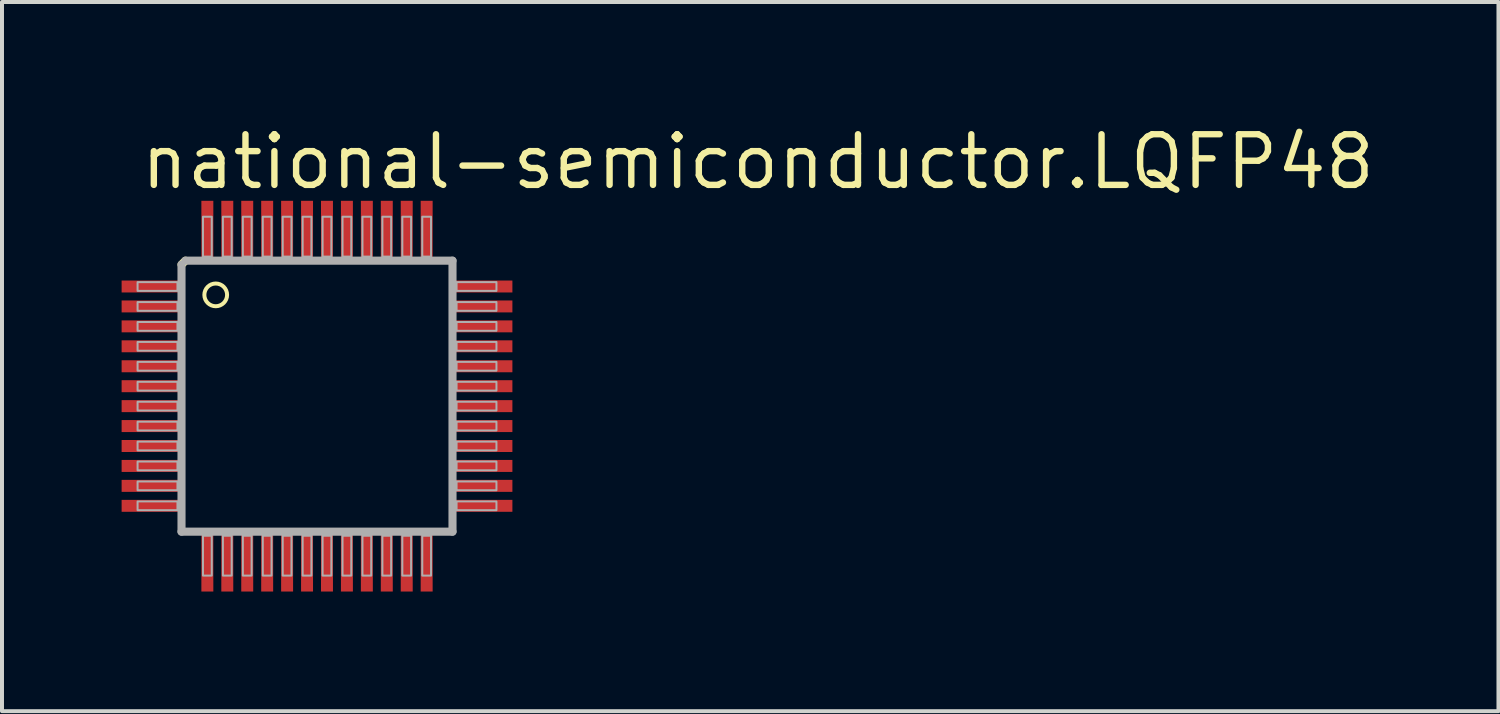
<source format=kicad_pcb>
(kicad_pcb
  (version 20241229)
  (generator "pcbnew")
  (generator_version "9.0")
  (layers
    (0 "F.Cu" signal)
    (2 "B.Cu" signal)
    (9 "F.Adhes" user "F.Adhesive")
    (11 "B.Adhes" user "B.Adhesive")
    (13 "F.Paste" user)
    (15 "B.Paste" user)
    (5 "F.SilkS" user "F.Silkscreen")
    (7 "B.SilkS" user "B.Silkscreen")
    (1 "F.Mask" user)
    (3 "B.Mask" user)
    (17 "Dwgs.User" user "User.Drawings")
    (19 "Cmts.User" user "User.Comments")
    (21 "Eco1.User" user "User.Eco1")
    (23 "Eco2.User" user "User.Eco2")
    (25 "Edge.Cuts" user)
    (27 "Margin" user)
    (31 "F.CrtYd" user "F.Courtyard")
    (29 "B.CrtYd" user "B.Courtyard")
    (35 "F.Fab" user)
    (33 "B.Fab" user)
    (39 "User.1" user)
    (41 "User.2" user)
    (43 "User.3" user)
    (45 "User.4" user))
  (footprint "national-semiconductor.LQFP48"
    (layer "F.Cu")
    (at 4.9 6.885)
    (property "Reference" "national-semiconductor.LQFP48" (at -4.5 -5.135 0) (layer "F.SilkS") (effects (font (size 1.27 1.27) (thickness 0.16)) (justify left bottom)))
    (attr smd)
    (fp_line (start -3.398 -3.3) (end -3.3 -3.398) (stroke (width 0.203) (type default)) (layer "F.SilkS"))
    (fp_circle (center -2.54 -2.54) (end -2.255 -2.54) (stroke (width 0.1) (type default)) (fill no) (layer "F.SilkS"))
    (fp_line (start -3.398 -3.3) (end -3.398 3.398) (stroke (width 0.203) (type default)) (layer "F.Fab"))
    (fp_line (start -3.398 3.398) (end 3.398 3.398) (stroke (width 0.203) (type default)) (layer "F.Fab"))
    (fp_line (start 3.398 -3.398) (end -3.3 -3.398) (stroke (width 0.203) (type default)) (layer "F.Fab"))
    (fp_line (start 3.398 3.398) (end 3.398 -3.398) (stroke (width 0.203) (type default)) (layer "F.Fab"))
    (fp_rect (start -4.5 -2.64) (end -3.5 -2.86) (stroke (width 0.05) (type default)) (fill no) (layer "F.Fab"))
    (fp_rect (start -4.5 -2.14) (end -3.5 -2.36) (stroke (width 0.05) (type default)) (fill no) (layer "F.Fab"))
    (fp_rect (start -4.5 -1.64) (end -3.5 -1.86) (stroke (width 0.05) (type default)) (fill no) (layer "F.Fab"))
    (fp_rect (start -4.5 -1.14) (end -3.5 -1.36) (stroke (width 0.05) (type default)) (fill no) (layer "F.Fab"))
    (fp_rect (start -4.5 -0.64) (end -3.5 -0.86) (stroke (width 0.05) (type default)) (fill no) (layer "F.Fab"))
    (fp_rect (start -4.5 -0.14) (end -3.5 -0.36) (stroke (width 0.05) (type default)) (fill no) (layer "F.Fab"))
    (fp_rect (start -4.5 0.36) (end -3.5 0.14) (stroke (width 0.05) (type default)) (fill no) (layer "F.Fab"))
    (fp_rect (start -4.5 0.86) (end -3.5 0.64) (stroke (width 0.05) (type default)) (fill no) (layer "F.Fab"))
    (fp_rect (start -4.5 1.36) (end -3.5 1.14) (stroke (width 0.05) (type default)) (fill no) (layer "F.Fab"))
    (fp_rect (start -4.5 1.86) (end -3.5 1.64) (stroke (width 0.05) (type default)) (fill no) (layer "F.Fab"))
    (fp_rect (start -4.5 2.36) (end -3.5 2.14) (stroke (width 0.05) (type default)) (fill no) (layer "F.Fab"))
    (fp_rect (start -4.5 2.86) (end -3.5 2.64) (stroke (width 0.05) (type default)) (fill no) (layer "F.Fab"))
    (fp_rect (start -2.86 -3.5) (end -2.64 -4.5) (stroke (width 0.05) (type default)) (fill no) (layer "F.Fab"))
    (fp_rect (start -2.86 4.5) (end -2.64 3.5) (stroke (width 0.05) (type default)) (fill no) (layer "F.Fab"))
    (fp_rect (start -2.36 -3.5) (end -2.14 -4.5) (stroke (width 0.05) (type default)) (fill no) (layer "F.Fab"))
    (fp_rect (start -2.36 4.5) (end -2.14 3.5) (stroke (width 0.05) (type default)) (fill no) (layer "F.Fab"))
    (fp_rect (start -1.86 -3.5) (end -1.64 -4.5) (stroke (width 0.05) (type default)) (fill no) (layer "F.Fab"))
    (fp_rect (start -1.86 4.5) (end -1.64 3.5) (stroke (width 0.05) (type default)) (fill no) (layer "F.Fab"))
    (fp_rect (start -1.36 -3.5) (end -1.14 -4.5) (stroke (width 0.05) (type default)) (fill no) (layer "F.Fab"))
    (fp_rect (start -1.36 4.5) (end -1.14 3.5) (stroke (width 0.05) (type default)) (fill no) (layer "F.Fab"))
    (fp_rect (start -0.86 -3.5) (end -0.64 -4.5) (stroke (width 0.05) (type default)) (fill no) (layer "F.Fab"))
    (fp_rect (start -0.86 4.5) (end -0.64 3.5) (stroke (width 0.05) (type default)) (fill no) (layer "F.Fab"))
    (fp_rect (start -0.36 -3.5) (end -0.14 -4.5) (stroke (width 0.05) (type default)) (fill no) (layer "F.Fab"))
    (fp_rect (start -0.36 4.5) (end -0.14 3.5) (stroke (width 0.05) (type default)) (fill no) (layer "F.Fab"))
    (fp_rect (start 0.14 -3.5) (end 0.36 -4.5) (stroke (width 0.05) (type default)) (fill no) (layer "F.Fab"))
    (fp_rect (start 0.14 4.5) (end 0.36 3.5) (stroke (width 0.05) (type default)) (fill no) (layer "F.Fab"))
    (fp_rect (start 0.64 -3.5) (end 0.86 -4.5) (stroke (width 0.05) (type default)) (fill no) (layer "F.Fab"))
    (fp_rect (start 0.64 4.5) (end 0.86 3.5) (stroke (width 0.05) (type default)) (fill no) (layer "F.Fab"))
    (fp_rect (start 1.14 -3.5) (end 1.36 -4.5) (stroke (width 0.05) (type default)) (fill no) (layer "F.Fab"))
    (fp_rect (start 1.14 4.5) (end 1.36 3.5) (stroke (width 0.05) (type default)) (fill no) (layer "F.Fab"))
    (fp_rect (start 1.64 -3.5) (end 1.86 -4.5) (stroke (width 0.05) (type default)) (fill no) (layer "F.Fab"))
    (fp_rect (start 1.64 4.5) (end 1.86 3.5) (stroke (width 0.05) (type default)) (fill no) (layer "F.Fab"))
    (fp_rect (start 2.14 -3.5) (end 2.36 -4.5) (stroke (width 0.05) (type default)) (fill no) (layer "F.Fab"))
    (fp_rect (start 2.14 4.5) (end 2.36 3.5) (stroke (width 0.05) (type default)) (fill no) (layer "F.Fab"))
    (fp_rect (start 2.64 -3.5) (end 2.86 -4.5) (stroke (width 0.05) (type default)) (fill no) (layer "F.Fab"))
    (fp_rect (start 2.64 4.5) (end 2.86 3.5) (stroke (width 0.05) (type default)) (fill no) (layer "F.Fab"))
    (fp_rect (start 3.5 -2.64) (end 4.5 -2.86) (stroke (width 0.05) (type default)) (fill no) (layer "F.Fab"))
    (fp_rect (start 3.5 -2.14) (end 4.5 -2.36) (stroke (width 0.05) (type default)) (fill no) (layer "F.Fab"))
    (fp_rect (start 3.5 -1.64) (end 4.5 -1.86) (stroke (width 0.05) (type default)) (fill no) (layer "F.Fab"))
    (fp_rect (start 3.5 -1.14) (end 4.5 -1.36) (stroke (width 0.05) (type default)) (fill no) (layer "F.Fab"))
    (fp_rect (start 3.5 -0.64) (end 4.5 -0.86) (stroke (width 0.05) (type default)) (fill no) (layer "F.Fab"))
    (fp_rect (start 3.5 -0.14) (end 4.5 -0.36) (stroke (width 0.05) (type default)) (fill no) (layer "F.Fab"))
    (fp_rect (start 3.5 0.36) (end 4.5 0.14) (stroke (width 0.05) (type default)) (fill no) (layer "F.Fab"))
    (fp_rect (start 3.5 0.86) (end 4.5 0.64) (stroke (width 0.05) (type default)) (fill no) (layer "F.Fab"))
    (fp_rect (start 3.5 1.36) (end 4.5 1.14) (stroke (width 0.05) (type default)) (fill no) (layer "F.Fab"))
    (fp_rect (start 3.5 1.86) (end 4.5 1.64) (stroke (width 0.05) (type default)) (fill no) (layer "F.Fab"))
    (fp_rect (start 3.5 2.36) (end 4.5 2.14) (stroke (width 0.05) (type default)) (fill no) (layer "F.Fab"))
    (fp_rect (start 3.5 2.86) (end 4.5 2.64) (stroke (width 0.05) (type default)) (fill no) (layer "F.Fab"))
    (pad "1" smd roundrect (at -4.15 -2.75) (size 1.5 0.3) (layers "F.Cu" "F.Mask" "F.Paste") (roundrect_rratio 0.01))
    (pad "2" smd roundrect (at -4.15 -2.25) (size 1.5 0.3) (layers "F.Cu" "F.Mask" "F.Paste") (roundrect_rratio 0.01))
    (pad "3" smd roundrect (at -4.15 -1.75) (size 1.5 0.3) (layers "F.Cu" "F.Mask" "F.Paste") (roundrect_rratio 0.01))
    (pad "4" smd roundrect (at -4.15 -1.25) (size 1.5 0.3) (layers "F.Cu" "F.Mask" "F.Paste") (roundrect_rratio 0.01))
    (pad "5" smd roundrect (at -4.15 -0.75) (size 1.5 0.3) (layers "F.Cu" "F.Mask" "F.Paste") (roundrect_rratio 0.01))
    (pad "6" smd roundrect (at -4.15 -0.25) (size 1.5 0.3) (layers "F.Cu" "F.Mask" "F.Paste") (roundrect_rratio 0.01))
    (pad "7" smd roundrect (at -4.15 0.25) (size 1.5 0.3) (layers "F.Cu" "F.Mask" "F.Paste") (roundrect_rratio 0.01))
    (pad "8" smd roundrect (at -4.15 0.75) (size 1.5 0.3) (layers "F.Cu" "F.Mask" "F.Paste") (roundrect_rratio 0.01))
    (pad "9" smd roundrect (at -4.15 1.25) (size 1.5 0.3) (layers "F.Cu" "F.Mask" "F.Paste") (roundrect_rratio 0.01))
    (pad "10" smd roundrect (at -4.15 1.75) (size 1.5 0.3) (layers "F.Cu" "F.Mask" "F.Paste") (roundrect_rratio 0.01))
    (pad "11" smd roundrect (at -4.15 2.25) (size 1.5 0.3) (layers "F.Cu" "F.Mask" "F.Paste") (roundrect_rratio 0.01))
    (pad "12" smd roundrect (at -4.15 2.75) (size 1.5 0.3) (layers "F.Cu" "F.Mask" "F.Paste") (roundrect_rratio 0.01))
    (pad "13" smd roundrect (at -2.75 4.15) (size 0.3 1.5) (layers "F.Cu" "F.Mask" "F.Paste") (roundrect_rratio 0.01))
    (pad "14" smd roundrect (at -2.25 4.15) (size 0.3 1.5) (layers "F.Cu" "F.Mask" "F.Paste") (roundrect_rratio 0.01))
    (pad "15" smd roundrect (at -1.75 4.15) (size 0.3 1.5) (layers "F.Cu" "F.Mask" "F.Paste") (roundrect_rratio 0.01))
    (pad "16" smd roundrect (at -1.25 4.15) (size 0.3 1.5) (layers "F.Cu" "F.Mask" "F.Paste") (roundrect_rratio 0.01))
    (pad "17" smd roundrect (at -0.75 4.15) (size 0.3 1.5) (layers "F.Cu" "F.Mask" "F.Paste") (roundrect_rratio 0.01))
    (pad "18" smd roundrect (at -0.25 4.15) (size 0.3 1.5) (layers "F.Cu" "F.Mask" "F.Paste") (roundrect_rratio 0.01))
    (pad "19" smd roundrect (at 0.25 4.15) (size 0.3 1.5) (layers "F.Cu" "F.Mask" "F.Paste") (roundrect_rratio 0.01))
    (pad "20" smd roundrect (at 0.75 4.15) (size 0.3 1.5) (layers "F.Cu" "F.Mask" "F.Paste") (roundrect_rratio 0.01))
    (pad "21" smd roundrect (at 1.25 4.15) (size 0.3 1.5) (layers "F.Cu" "F.Mask" "F.Paste") (roundrect_rratio 0.01))
    (pad "22" smd roundrect (at 1.75 4.15) (size 0.3 1.5) (layers "F.Cu" "F.Mask" "F.Paste") (roundrect_rratio 0.01))
    (pad "23" smd roundrect (at 2.25 4.15) (size 0.3 1.5) (layers "F.Cu" "F.Mask" "F.Paste") (roundrect_rratio 0.01))
    (pad "24" smd roundrect (at 2.75 4.15) (size 0.3 1.5) (layers "F.Cu" "F.Mask" "F.Paste") (roundrect_rratio 0.01))
    (pad "25" smd roundrect (at 4.15 2.75) (size 1.5 0.3) (layers "F.Cu" "F.Mask" "F.Paste") (roundrect_rratio 0.01))
    (pad "26" smd roundrect (at 4.15 2.25) (size 1.5 0.3) (layers "F.Cu" "F.Mask" "F.Paste") (roundrect_rratio 0.01))
    (pad "27" smd roundrect (at 4.15 1.75) (size 1.5 0.3) (layers "F.Cu" "F.Mask" "F.Paste") (roundrect_rratio 0.01))
    (pad "28" smd roundrect (at 4.15 1.25) (size 1.5 0.3) (layers "F.Cu" "F.Mask" "F.Paste") (roundrect_rratio 0.01))
    (pad "29" smd roundrect (at 4.15 0.75) (size 1.5 0.3) (layers "F.Cu" "F.Mask" "F.Paste") (roundrect_rratio 0.01))
    (pad "30" smd roundrect (at 4.15 0.25) (size 1.5 0.3) (layers "F.Cu" "F.Mask" "F.Paste") (roundrect_rratio 0.01))
    (pad "31" smd roundrect (at 4.15 -0.25) (size 1.5 0.3) (layers "F.Cu" "F.Mask" "F.Paste") (roundrect_rratio 0.01))
    (pad "32" smd roundrect (at 4.15 -0.75) (size 1.5 0.3) (layers "F.Cu" "F.Mask" "F.Paste") (roundrect_rratio 0.01))
    (pad "33" smd roundrect (at 4.15 -1.25) (size 1.5 0.3) (layers "F.Cu" "F.Mask" "F.Paste") (roundrect_rratio 0.01))
    (pad "34" smd roundrect (at 4.15 -1.75) (size 1.5 0.3) (layers "F.Cu" "F.Mask" "F.Paste") (roundrect_rratio 0.01))
    (pad "35" smd roundrect (at 4.15 -2.25) (size 1.5 0.3) (layers "F.Cu" "F.Mask" "F.Paste") (roundrect_rratio 0.01))
    (pad "36" smd roundrect (at 4.15 -2.75) (size 1.5 0.3) (layers "F.Cu" "F.Mask" "F.Paste") (roundrect_rratio 0.01))
    (pad "37" smd roundrect (at 2.75 -4.15) (size 0.3 1.5) (layers "F.Cu" "F.Mask" "F.Paste") (roundrect_rratio 0.01))
    (pad "38" smd roundrect (at 2.25 -4.15) (size 0.3 1.5) (layers "F.Cu" "F.Mask" "F.Paste") (roundrect_rratio 0.01))
    (pad "39" smd roundrect (at 1.75 -4.15) (size 0.3 1.5) (layers "F.Cu" "F.Mask" "F.Paste") (roundrect_rratio 0.01))
    (pad "40" smd roundrect (at 1.25 -4.15) (size 0.3 1.5) (layers "F.Cu" "F.Mask" "F.Paste") (roundrect_rratio 0.01))
    (pad "41" smd roundrect (at 0.75 -4.15) (size 0.3 1.5) (layers "F.Cu" "F.Mask" "F.Paste") (roundrect_rratio 0.01))
    (pad "42" smd roundrect (at 0.25 -4.15) (size 0.3 1.5) (layers "F.Cu" "F.Mask" "F.Paste") (roundrect_rratio 0.01))
    (pad "43" smd roundrect (at -0.25 -4.15) (size 0.3 1.5) (layers "F.Cu" "F.Mask" "F.Paste") (roundrect_rratio 0.01))
    (pad "44" smd roundrect (at -0.75 -4.15) (size 0.3 1.5) (layers "F.Cu" "F.Mask" "F.Paste") (roundrect_rratio 0.01))
    (pad "45" smd roundrect (at -1.25 -4.15) (size 0.3 1.5) (layers "F.Cu" "F.Mask" "F.Paste") (roundrect_rratio 0.01))
    (pad "46" smd roundrect (at -1.75 -4.15) (size 0.3 1.5) (layers "F.Cu" "F.Mask" "F.Paste") (roundrect_rratio 0.01))
    (pad "47" smd roundrect (at -2.25 -4.15) (size 0.3 1.5) (layers "F.Cu" "F.Mask" "F.Paste") (roundrect_rratio 0.01))
    (pad "48" smd roundrect (at -2.75 -4.15) (size 0.3 1.5) (layers "F.Cu" "F.Mask" "F.Paste") (roundrect_rratio 0.01)))
  (gr_rect
    (start -3 -3)
    (end 34.529 14.785)
    (stroke (width 0.1) (type default))
    (fill no)
    (layer "Edge.Cuts")))
</source>
